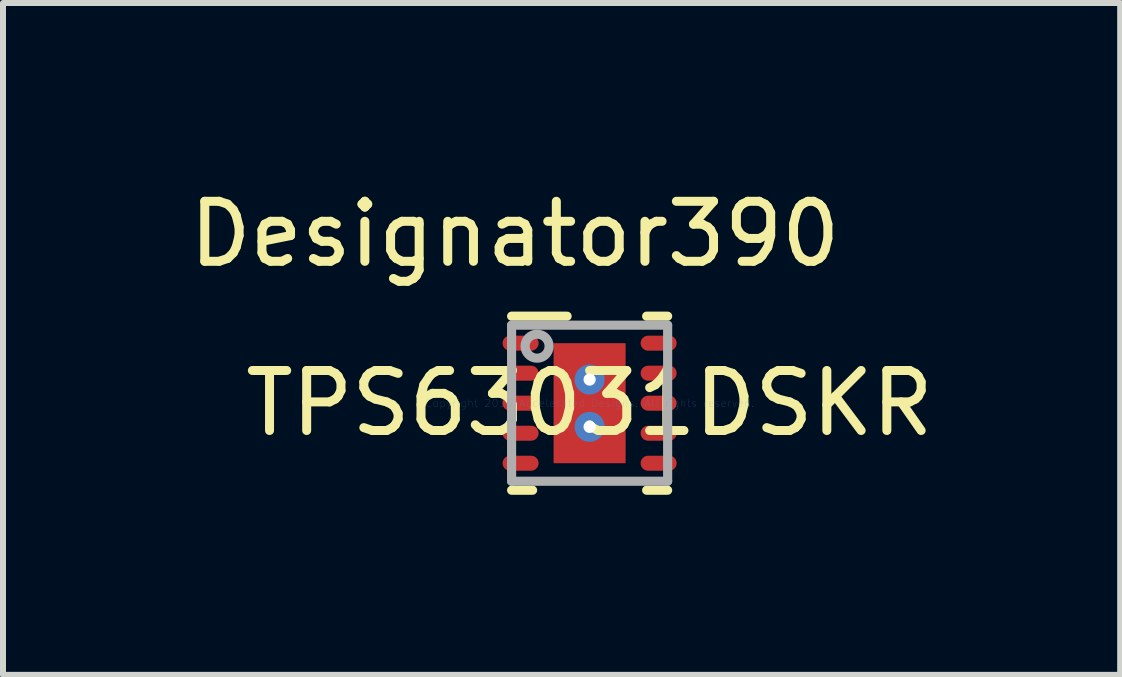
<source format=kicad_pcb>
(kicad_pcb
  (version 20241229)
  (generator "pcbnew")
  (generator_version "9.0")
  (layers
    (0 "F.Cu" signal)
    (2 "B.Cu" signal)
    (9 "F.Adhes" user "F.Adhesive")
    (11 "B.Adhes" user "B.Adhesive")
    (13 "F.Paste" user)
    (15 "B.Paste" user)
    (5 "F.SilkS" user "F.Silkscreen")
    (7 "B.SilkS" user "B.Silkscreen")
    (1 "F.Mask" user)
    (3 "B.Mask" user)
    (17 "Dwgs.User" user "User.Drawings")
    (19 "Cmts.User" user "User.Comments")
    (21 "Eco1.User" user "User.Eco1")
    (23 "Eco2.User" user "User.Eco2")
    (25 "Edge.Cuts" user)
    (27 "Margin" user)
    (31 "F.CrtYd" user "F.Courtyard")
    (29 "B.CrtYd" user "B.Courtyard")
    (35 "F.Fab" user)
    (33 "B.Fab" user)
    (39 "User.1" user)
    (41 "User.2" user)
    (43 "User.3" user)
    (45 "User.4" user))
  (footprint "TPS63031DSKR"
    (layer "F.Cu")
    (at 6.774 3.668)
    (property "Reference" "TPS63031DSKR" (at 0 0 0) (layer "F.SilkS") (effects (font (size 1 1) (thickness 0.15))))
    (attr through_hole)
    (fp_line (start -1.3 -1.45) (end -0.375 -1.45) (stroke (width 0.152) (type solid)) (layer "F.SilkS"))
    (fp_line (start -1.3 1.45) (end -0.95 1.45) (stroke (width 0.152) (type solid)) (layer "F.SilkS"))
    (fp_line (start 0.95 -1.45) (end 1.3 -1.45) (stroke (width 0.152) (type solid)) (layer "F.SilkS"))
    (fp_line (start 0.95 1.45) (end 1.3 1.45) (stroke (width 0.152) (type solid)) (layer "F.SilkS"))
    (fp_line (start -1.3 -1.3) (end 1.3 -1.3) (stroke (width 0.152) (type solid)) (layer "F.Fab"))
    (fp_line (start -1.3 1.3) (end -1.3 -1.3) (stroke (width 0.152) (type solid)) (layer "F.Fab"))
    (fp_line (start -1.3 1.3) (end 1.3 1.3) (stroke (width 0.152) (type solid)) (layer "F.Fab"))
    (fp_line (start 1.3 1.3) (end 1.3 -1.3) (stroke (width 0.152) (type solid)) (layer "F.Fab"))
    (fp_circle (center -0.875 -0.95) (end -0.675 -0.95) (stroke (width 0.152) (type solid)) (fill no) (layer "F.Fab"))
    (fp_text user "Designator390" (at -1.245 -2.819 0) (layer "F.SilkS") (effects (font (size 1 1) (thickness 0.15))))
    (fp_text user "Copyright 2016 Accelerated Designs. All rights reserved." (at 0 0 0) (layer "Cmts.User") (effects (font (size 0.127 0.127) (thickness 0.002))))
    (pad "1" smd oval (at -1.15 -1 90) (size 0.25 0.6) (layers "F.Cu" "F.Mask" "F.Paste"))
    (pad "2" smd oval (at -1.15 -0.5 90) (size 0.25 0.6) (layers "F.Cu" "F.Mask" "F.Paste"))
    (pad "3" smd oval (at -1.15 -0.000003 90) (size 0.25 0.6) (layers "F.Cu" "F.Mask" "F.Paste"))
    (pad "4" smd oval (at -1.15 0.5 90) (size 0.25 0.6) (layers "F.Cu" "F.Mask" "F.Paste"))
    (pad "5" smd oval (at -1.15 1 90) (size 0.25 0.6) (layers "F.Cu" "F.Mask" "F.Paste"))
    (pad "6" smd oval (at 1.15 1 90) (size 0.25 0.6) (layers "F.Cu" "F.Mask" "F.Paste"))
    (pad "7" smd oval (at 1.15 0.5 90) (size 0.25 0.6) (layers "F.Cu" "F.Mask" "F.Paste"))
    (pad "8" smd oval (at 1.15 -0.000003 90) (size 0.25 0.6) (layers "F.Cu" "F.Mask" "F.Paste"))
    (pad "9" smd oval (at 1.15 -0.5 90) (size 0.25 0.6) (layers "F.Cu" "F.Mask" "F.Paste"))
    (pad "10" smd oval (at 1.15 -1 90) (size 0.25 0.6) (layers "F.Cu" "F.Mask" "F.Paste"))
    (pad "11" smd rect (at 0 0) (size 1.2 2) (layers "F.Cu" "F.Mask" "F.Paste"))
    (pad "V" thru_hole circle (at 0 -0.394) (size 0.5 0.5) (drill 0.203) (layers "*.Cu" "*.Mask"))
    (pad "V" thru_hole circle (at 0 0.394) (size 0.5 0.5) (drill 0.203) (layers "*.Cu" "*.Mask")))
  (gr_rect
    (start -3 -3)
    (end 15.614 8.194)
    (stroke (width 0.1) (type default))
    (fill no)
    (layer "Edge.Cuts")))
</source>
